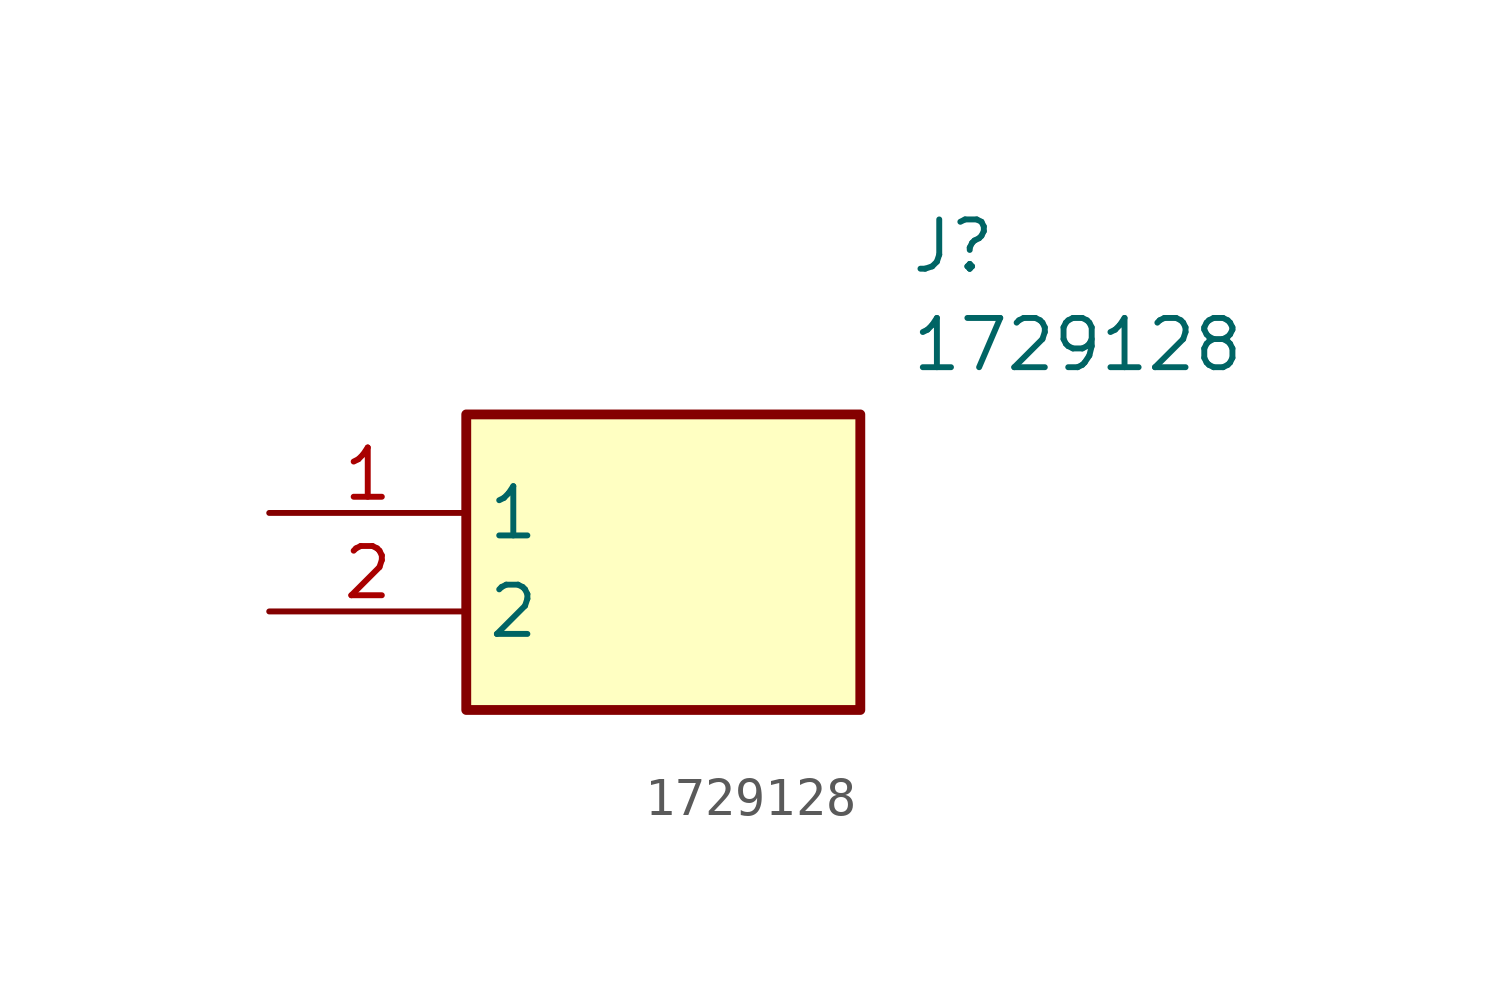
<source format=kicad_sym>
(kicad_symbol_lib
  (version 20211014)
  (generator SamacSys_ECAD_Model)
  (symbol "1729128"
    (property "Reference" "J"
      (at 16.51 7.62 0)
      (effects (font (size 1.27 1.27)) (justify left top)))
    (property "Value" "1729128"
      (at 16.51 5.08 0)
      (effects (font (size 1.27 1.27)) (justify left top)))
    (rectangle
      (start 5.08 2.54)
      (end 15.24 -5.08)
      (stroke (width 0.254) (type default))
      (fill (type background)))
    (pin passive line
      (at 0 0 0)
      (length 5.08)
      (name "1" (effects (font (size 1.27 1.27))))
      (number "1" (effects (font (size 1.27 1.27)))))
    (pin passive line
      (at 0 -2.54 0)
      (length 5.08)
      (name "2" (effects (font (size 1.27 1.27))))
      (number "2" (effects (font (size 1.27 1.27)))))))
</source>
